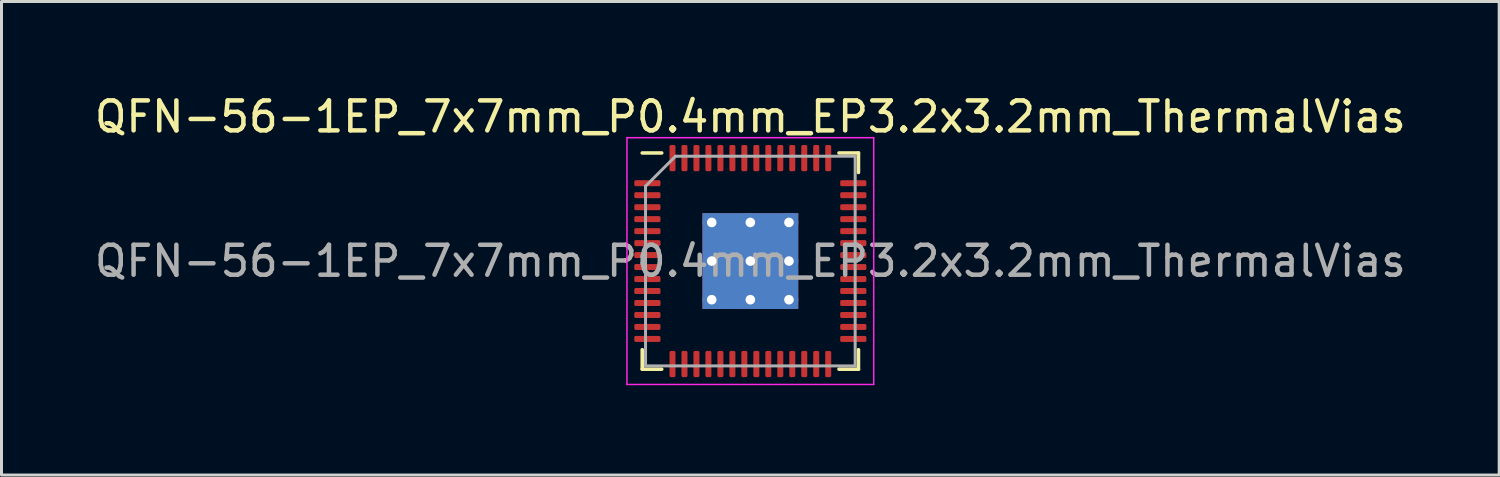
<source format=kicad_pcb>
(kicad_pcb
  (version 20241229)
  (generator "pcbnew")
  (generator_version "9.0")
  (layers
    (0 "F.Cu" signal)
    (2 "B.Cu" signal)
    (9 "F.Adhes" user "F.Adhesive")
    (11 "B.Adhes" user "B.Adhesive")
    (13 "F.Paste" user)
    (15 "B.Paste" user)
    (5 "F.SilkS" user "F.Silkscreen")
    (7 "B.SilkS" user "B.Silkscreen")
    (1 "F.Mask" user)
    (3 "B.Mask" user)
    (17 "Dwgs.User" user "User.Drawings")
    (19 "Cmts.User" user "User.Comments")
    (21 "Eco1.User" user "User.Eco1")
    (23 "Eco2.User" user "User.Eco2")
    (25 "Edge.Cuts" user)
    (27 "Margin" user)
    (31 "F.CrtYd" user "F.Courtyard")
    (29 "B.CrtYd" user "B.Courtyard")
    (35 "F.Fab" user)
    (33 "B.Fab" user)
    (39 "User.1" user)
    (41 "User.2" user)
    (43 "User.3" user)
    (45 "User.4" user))
  (footprint "QFN-56-1EP_7x7mm_P0.4mm_EP3.2x3.2mm_ThermalVias"
    (layer "F.Cu")
    (at 22.006 5.668)
    (property "Reference" "QFN-56-1EP_7x7mm_P0.4mm_EP3.2x3.2mm_ThermalVias" (at 0 -4.82 0) (layer "F.SilkS") (effects (font (size 1 1) (thickness 0.15))))
    (attr smd)
    (fp_line (start -3.61 3.61) (end -3.61 2.96) (stroke (width 0.12) (type solid)) (layer "F.SilkS"))
    (fp_line (start -2.96 -3.61) (end -3.61 -3.61) (stroke (width 0.12) (type solid)) (layer "F.SilkS"))
    (fp_line (start -2.96 3.61) (end -3.61 3.61) (stroke (width 0.12) (type solid)) (layer "F.SilkS"))
    (fp_line (start 2.96 -3.61) (end 3.61 -3.61) (stroke (width 0.12) (type solid)) (layer "F.SilkS"))
    (fp_line (start 2.96 3.61) (end 3.61 3.61) (stroke (width 0.12) (type solid)) (layer "F.SilkS"))
    (fp_line (start 3.61 -3.61) (end 3.61 -2.96) (stroke (width 0.12) (type solid)) (layer "F.SilkS"))
    (fp_line (start 3.61 3.61) (end 3.61 2.96) (stroke (width 0.12) (type solid)) (layer "F.SilkS"))
    (fp_line (start -4.12 -4.12) (end -4.12 4.12) (stroke (width 0.05) (type solid)) (layer "F.CrtYd"))
    (fp_line (start -4.12 4.12) (end 4.12 4.12) (stroke (width 0.05) (type solid)) (layer "F.CrtYd"))
    (fp_line (start 4.12 -4.12) (end -4.12 -4.12) (stroke (width 0.05) (type solid)) (layer "F.CrtYd"))
    (fp_line (start 4.12 4.12) (end 4.12 -4.12) (stroke (width 0.05) (type solid)) (layer "F.CrtYd"))
    (fp_line (start -3.5 -2.5) (end -2.5 -3.5) (stroke (width 0.1) (type solid)) (layer "F.Fab"))
    (fp_line (start -3.5 3.5) (end -3.5 -2.5) (stroke (width 0.1) (type solid)) (layer "F.Fab"))
    (fp_line (start -2.5 -3.5) (end 3.5 -3.5) (stroke (width 0.1) (type solid)) (layer "F.Fab"))
    (fp_line (start 3.5 -3.5) (end 3.5 3.5) (stroke (width 0.1) (type solid)) (layer "F.Fab"))
    (fp_line (start 3.5 3.5) (end -3.5 3.5) (stroke (width 0.1) (type solid)) (layer "F.Fab"))
    (fp_text user "${REFERENCE}" (at 0 0 0) (layer "F.Fab") (effects (font (size 1 1) (thickness 0.15))))
    (pad "" smd custom (at -0.645 -0.645) (size 0.95 0.95) (layers "F.Paste") (options (anchor circle)) (primitives (gr_poly (pts (xy -0.356 -0.16) (xy -0.16 -0.356) (xy 0.16 -0.356) (xy 0.356 -0.16) (xy 0.356 0.16) (xy 0.16 0.356) (xy -0.16 0.356) (xy -0.356 0.16)) (width 0.474) (fill yes))))
    (pad "" smd custom (at -0.645 0.645) (size 0.95 0.95) (layers "F.Paste") (options (anchor circle)) (primitives (gr_poly (pts (xy -0.356 -0.16) (xy -0.16 -0.356) (xy 0.16 -0.356) (xy 0.356 -0.16) (xy 0.356 0.16) (xy 0.16 0.356) (xy -0.16 0.356) (xy -0.356 0.16)) (width 0.474) (fill yes))))
    (pad "" smd custom (at 0.645 -0.645) (size 0.95 0.95) (layers "F.Paste") (options (anchor circle)) (primitives (gr_poly (pts (xy -0.356 -0.16) (xy -0.16 -0.356) (xy 0.16 -0.356) (xy 0.356 -0.16) (xy 0.356 0.16) (xy 0.16 0.356) (xy -0.16 0.356) (xy -0.356 0.16)) (width 0.474) (fill yes))))
    (pad "" smd custom (at 0.645 0.645) (size 0.95 0.95) (layers "F.Paste") (options (anchor circle)) (primitives (gr_poly (pts (xy -0.356 -0.16) (xy -0.16 -0.356) (xy 0.16 -0.356) (xy 0.356 -0.16) (xy 0.356 0.16) (xy 0.16 0.356) (xy -0.16 0.356) (xy -0.356 0.16)) (width 0.474) (fill yes))))
    (pad "1" smd roundrect (at -3.438 -2.6) (size 0.875 0.2) (layers "F.Cu" "F.Mask" "F.Paste") (roundrect_rratio 0.25))
    (pad "2" smd roundrect (at -3.438 -2.2) (size 0.875 0.2) (layers "F.Cu" "F.Mask" "F.Paste") (roundrect_rratio 0.25))
    (pad "3" smd roundrect (at -3.438 -1.8) (size 0.875 0.2) (layers "F.Cu" "F.Mask" "F.Paste") (roundrect_rratio 0.25))
    (pad "4" smd roundrect (at -3.438 -1.4) (size 0.875 0.2) (layers "F.Cu" "F.Mask" "F.Paste") (roundrect_rratio 0.25))
    (pad "5" smd roundrect (at -3.438 -1) (size 0.875 0.2) (layers "F.Cu" "F.Mask" "F.Paste") (roundrect_rratio 0.25))
    (pad "6" smd roundrect (at -3.438 -0.6) (size 0.875 0.2) (layers "F.Cu" "F.Mask" "F.Paste") (roundrect_rratio 0.25))
    (pad "7" smd roundrect (at -3.438 -0.2) (size 0.875 0.2) (layers "F.Cu" "F.Mask" "F.Paste") (roundrect_rratio 0.25))
    (pad "8" smd roundrect (at -3.438 0.2) (size 0.875 0.2) (layers "F.Cu" "F.Mask" "F.Paste") (roundrect_rratio 0.25))
    (pad "9" smd roundrect (at -3.438 0.6) (size 0.875 0.2) (layers "F.Cu" "F.Mask" "F.Paste") (roundrect_rratio 0.25))
    (pad "10" smd roundrect (at -3.438 1) (size 0.875 0.2) (layers "F.Cu" "F.Mask" "F.Paste") (roundrect_rratio 0.25))
    (pad "11" smd roundrect (at -3.438 1.4) (size 0.875 0.2) (layers "F.Cu" "F.Mask" "F.Paste") (roundrect_rratio 0.25))
    (pad "12" smd roundrect (at -3.438 1.8) (size 0.875 0.2) (layers "F.Cu" "F.Mask" "F.Paste") (roundrect_rratio 0.25))
    (pad "13" smd roundrect (at -3.438 2.2) (size 0.875 0.2) (layers "F.Cu" "F.Mask" "F.Paste") (roundrect_rratio 0.25))
    (pad "14" smd roundrect (at -3.438 2.6) (size 0.875 0.2) (layers "F.Cu" "F.Mask" "F.Paste") (roundrect_rratio 0.25))
    (pad "15" smd roundrect (at -2.6 3.438) (size 0.2 0.875) (layers "F.Cu" "F.Mask" "F.Paste") (roundrect_rratio 0.25))
    (pad "16" smd roundrect (at -2.2 3.438) (size 0.2 0.875) (layers "F.Cu" "F.Mask" "F.Paste") (roundrect_rratio 0.25))
    (pad "17" smd roundrect (at -1.8 3.438) (size 0.2 0.875) (layers "F.Cu" "F.Mask" "F.Paste") (roundrect_rratio 0.25))
    (pad "18" smd roundrect (at -1.4 3.438) (size 0.2 0.875) (layers "F.Cu" "F.Mask" "F.Paste") (roundrect_rratio 0.25))
    (pad "19" smd roundrect (at -1 3.438) (size 0.2 0.875) (layers "F.Cu" "F.Mask" "F.Paste") (roundrect_rratio 0.25))
    (pad "20" smd roundrect (at -0.6 3.438) (size 0.2 0.875) (layers "F.Cu" "F.Mask" "F.Paste") (roundrect_rratio 0.25))
    (pad "21" smd roundrect (at -0.2 3.438) (size 0.2 0.875) (layers "F.Cu" "F.Mask" "F.Paste") (roundrect_rratio 0.25))
    (pad "22" smd roundrect (at 0.2 3.438) (size 0.2 0.875) (layers "F.Cu" "F.Mask" "F.Paste") (roundrect_rratio 0.25))
    (pad "23" smd roundrect (at 0.6 3.438) (size 0.2 0.875) (layers "F.Cu" "F.Mask" "F.Paste") (roundrect_rratio 0.25))
    (pad "24" smd roundrect (at 1 3.438) (size 0.2 0.875) (layers "F.Cu" "F.Mask" "F.Paste") (roundrect_rratio 0.25))
    (pad "25" smd roundrect (at 1.4 3.438) (size 0.2 0.875) (layers "F.Cu" "F.Mask" "F.Paste") (roundrect_rratio 0.25))
    (pad "26" smd roundrect (at 1.8 3.438) (size 0.2 0.875) (layers "F.Cu" "F.Mask" "F.Paste") (roundrect_rratio 0.25))
    (pad "27" smd roundrect (at 2.2 3.438) (size 0.2 0.875) (layers "F.Cu" "F.Mask" "F.Paste") (roundrect_rratio 0.25))
    (pad "28" smd roundrect (at 2.6 3.438) (size 0.2 0.875) (layers "F.Cu" "F.Mask" "F.Paste") (roundrect_rratio 0.25))
    (pad "29" smd roundrect (at 3.438 2.6) (size 0.875 0.2) (layers "F.Cu" "F.Mask" "F.Paste") (roundrect_rratio 0.25))
    (pad "30" smd roundrect (at 3.438 2.2) (size 0.875 0.2) (layers "F.Cu" "F.Mask" "F.Paste") (roundrect_rratio 0.25))
    (pad "31" smd roundrect (at 3.438 1.8) (size 0.875 0.2) (layers "F.Cu" "F.Mask" "F.Paste") (roundrect_rratio 0.25))
    (pad "32" smd roundrect (at 3.438 1.4) (size 0.875 0.2) (layers "F.Cu" "F.Mask" "F.Paste") (roundrect_rratio 0.25))
    (pad "33" smd roundrect (at 3.438 1) (size 0.875 0.2) (layers "F.Cu" "F.Mask" "F.Paste") (roundrect_rratio 0.25))
    (pad "34" smd roundrect (at 3.438 0.6) (size 0.875 0.2) (layers "F.Cu" "F.Mask" "F.Paste") (roundrect_rratio 0.25))
    (pad "35" smd roundrect (at 3.438 0.2) (size 0.875 0.2) (layers "F.Cu" "F.Mask" "F.Paste") (roundrect_rratio 0.25))
    (pad "36" smd roundrect (at 3.438 -0.2) (size 0.875 0.2) (layers "F.Cu" "F.Mask" "F.Paste") (roundrect_rratio 0.25))
    (pad "37" smd roundrect (at 3.438 -0.6) (size 0.875 0.2) (layers "F.Cu" "F.Mask" "F.Paste") (roundrect_rratio 0.25))
    (pad "38" smd roundrect (at 3.438 -1) (size 0.875 0.2) (layers "F.Cu" "F.Mask" "F.Paste") (roundrect_rratio 0.25))
    (pad "39" smd roundrect (at 3.438 -1.4) (size 0.875 0.2) (layers "F.Cu" "F.Mask" "F.Paste") (roundrect_rratio 0.25))
    (pad "40" smd roundrect (at 3.438 -1.8) (size 0.875 0.2) (layers "F.Cu" "F.Mask" "F.Paste") (roundrect_rratio 0.25))
    (pad "41" smd roundrect (at 3.438 -2.2) (size 0.875 0.2) (layers "F.Cu" "F.Mask" "F.Paste") (roundrect_rratio 0.25))
    (pad "42" smd roundrect (at 3.438 -2.6) (size 0.875 0.2) (layers "F.Cu" "F.Mask" "F.Paste") (roundrect_rratio 0.25))
    (pad "43" smd roundrect (at 2.6 -3.438) (size 0.2 0.875) (layers "F.Cu" "F.Mask" "F.Paste") (roundrect_rratio 0.25))
    (pad "44" smd roundrect (at 2.2 -3.438) (size 0.2 0.875) (layers "F.Cu" "F.Mask" "F.Paste") (roundrect_rratio 0.25))
    (pad "45" smd roundrect (at 1.8 -3.438) (size 0.2 0.875) (layers "F.Cu" "F.Mask" "F.Paste") (roundrect_rratio 0.25))
    (pad "46" smd roundrect (at 1.4 -3.438) (size 0.2 0.875) (layers "F.Cu" "F.Mask" "F.Paste") (roundrect_rratio 0.25))
    (pad "47" smd roundrect (at 1 -3.438) (size 0.2 0.875) (layers "F.Cu" "F.Mask" "F.Paste") (roundrect_rratio 0.25))
    (pad "48" smd roundrect (at 0.6 -3.438) (size 0.2 0.875) (layers "F.Cu" "F.Mask" "F.Paste") (roundrect_rratio 0.25))
    (pad "49" smd roundrect (at 0.2 -3.438) (size 0.2 0.875) (layers "F.Cu" "F.Mask" "F.Paste") (roundrect_rratio 0.25))
    (pad "50" smd roundrect (at -0.2 -3.438) (size 0.2 0.875) (layers "F.Cu" "F.Mask" "F.Paste") (roundrect_rratio 0.25))
    (pad "51" smd roundrect (at -0.6 -3.438) (size 0.2 0.875) (layers "F.Cu" "F.Mask" "F.Paste") (roundrect_rratio 0.25))
    (pad "52" smd roundrect (at -1 -3.438) (size 0.2 0.875) (layers "F.Cu" "F.Mask" "F.Paste") (roundrect_rratio 0.25))
    (pad "53" smd roundrect (at -1.4 -3.438) (size 0.2 0.875) (layers "F.Cu" "F.Mask" "F.Paste") (roundrect_rratio 0.25))
    (pad "54" smd roundrect (at -1.8 -3.438) (size 0.2 0.875) (layers "F.Cu" "F.Mask" "F.Paste") (roundrect_rratio 0.25))
    (pad "55" smd roundrect (at -2.2 -3.438) (size 0.2 0.875) (layers "F.Cu" "F.Mask" "F.Paste") (roundrect_rratio 0.25))
    (pad "56" smd roundrect (at -2.6 -3.438) (size 0.2 0.875) (layers "F.Cu" "F.Mask" "F.Paste") (roundrect_rratio 0.25))
    (pad "57" thru_hole circle (at -1.29 -1.29) (size 0.62 0.62) (drill 0.32) (layers "*.Cu"))
    (pad "57" thru_hole circle (at -1.29 0) (size 0.62 0.62) (drill 0.32) (layers "*.Cu"))
    (pad "57" thru_hole circle (at -1.29 1.29) (size 0.62 0.62) (drill 0.32) (layers "*.Cu"))
    (pad "57" thru_hole circle (at 0 -1.29) (size 0.62 0.62) (drill 0.32) (layers "*.Cu"))
    (pad "57" thru_hole circle (at 0 0) (size 0.62 0.62) (drill 0.32) (layers "*.Cu"))
    (pad "57" smd rect (at 0 0) (size 3.2 3.2) (layers "F.Cu" "F.Mask"))
    (pad "57" smd rect (at 0 0) (size 3.2 3.2) (layers "B.Cu"))
    (pad "57" thru_hole circle (at 0 1.29) (size 0.62 0.62) (drill 0.32) (layers "*.Cu"))
    (pad "57" thru_hole circle (at 1.29 -1.29) (size 0.62 0.62) (drill 0.32) (layers "*.Cu"))
    (pad "57" thru_hole circle (at 1.29 0) (size 0.62 0.62) (drill 0.32) (layers "*.Cu"))
    (pad "57" thru_hole circle (at 1.29 1.29) (size 0.62 0.62) (drill 0.32) (layers "*.Cu")))
  (gr_rect
    (start -3 -3)
    (end 47.012 12.813)
    (stroke (width 0.1) (type default))
    (fill no)
    (layer "Edge.Cuts")))
</source>
